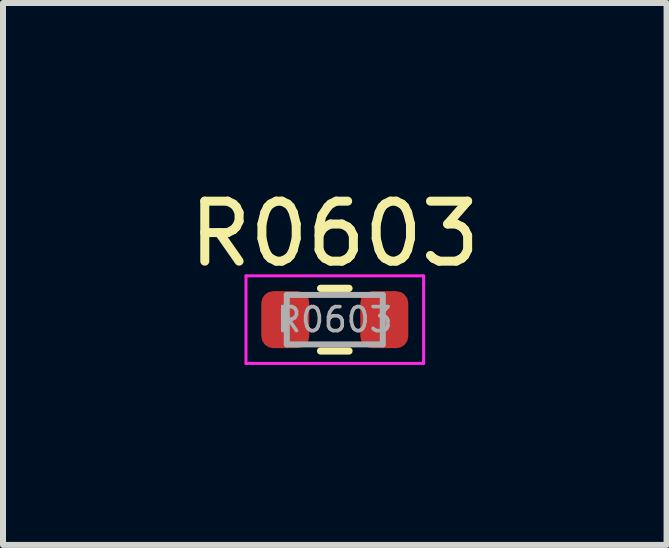
<source format=kicad_pcb>
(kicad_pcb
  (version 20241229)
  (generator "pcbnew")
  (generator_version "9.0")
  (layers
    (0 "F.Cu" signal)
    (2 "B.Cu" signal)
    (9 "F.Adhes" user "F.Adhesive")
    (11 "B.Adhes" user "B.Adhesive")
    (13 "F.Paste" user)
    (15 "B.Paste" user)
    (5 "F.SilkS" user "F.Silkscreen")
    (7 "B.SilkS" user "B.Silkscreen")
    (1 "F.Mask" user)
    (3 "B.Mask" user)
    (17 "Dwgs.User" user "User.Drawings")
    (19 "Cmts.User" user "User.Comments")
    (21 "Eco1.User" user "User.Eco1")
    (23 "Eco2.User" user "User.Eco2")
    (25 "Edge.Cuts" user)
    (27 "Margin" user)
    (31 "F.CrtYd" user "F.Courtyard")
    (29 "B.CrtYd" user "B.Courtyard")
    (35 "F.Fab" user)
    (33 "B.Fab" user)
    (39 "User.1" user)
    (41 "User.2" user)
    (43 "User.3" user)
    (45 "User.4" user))
  (footprint "R0603"
    (layer "F.Cu")
    (at 2.53 2.278)
    (property "Reference" "R0603" (at 0 -1.43 0) (layer "F.SilkS") (effects (font (size 1 1) (thickness 0.15))))
    (attr smd)
    (fp_line (start -0.237 -0.522) (end 0.237 -0.522) (stroke (width 0.12) (type solid)) (layer "F.SilkS"))
    (fp_line (start -0.237 0.522) (end 0.237 0.522) (stroke (width 0.12) (type solid)) (layer "F.SilkS"))
    (fp_line (start -1.48 -0.73) (end 1.48 -0.73) (stroke (width 0.05) (type solid)) (layer "F.CrtYd"))
    (fp_line (start -1.48 0.73) (end -1.48 -0.73) (stroke (width 0.05) (type solid)) (layer "F.CrtYd"))
    (fp_line (start 1.48 -0.73) (end 1.48 0.73) (stroke (width 0.05) (type solid)) (layer "F.CrtYd"))
    (fp_line (start 1.48 0.73) (end -1.48 0.73) (stroke (width 0.05) (type solid)) (layer "F.CrtYd"))
    (fp_line (start -0.8 -0.412) (end 0.8 -0.412) (stroke (width 0.1) (type solid)) (layer "F.Fab"))
    (fp_line (start -0.8 0.412) (end -0.8 -0.412) (stroke (width 0.1) (type solid)) (layer "F.Fab"))
    (fp_line (start 0.8 -0.412) (end 0.8 0.412) (stroke (width 0.1) (type solid)) (layer "F.Fab"))
    (fp_line (start 0.8 0.412) (end -0.8 0.412) (stroke (width 0.1) (type solid)) (layer "F.Fab"))
    (fp_text user "${REFERENCE}" (at 0 0 0) (layer "F.Fab") (effects (font (size 0.4 0.4) (thickness 0.06))))
    (pad "1" smd roundrect (at -0.825 0) (size 0.8 0.95) (layers "F.Cu" "F.Mask" "F.Paste") (roundrect_rratio 0.25))
    (pad "2" smd roundrect (at 0.825 0) (size 0.8 0.95) (layers "F.Cu" "F.Mask" "F.Paste") (roundrect_rratio 0.25)))
  (gr_rect
    (start -3 -3)
    (end 8.06 6.033)
    (stroke (width 0.1) (type default))
    (fill no)
    (layer "Edge.Cuts")))
</source>
